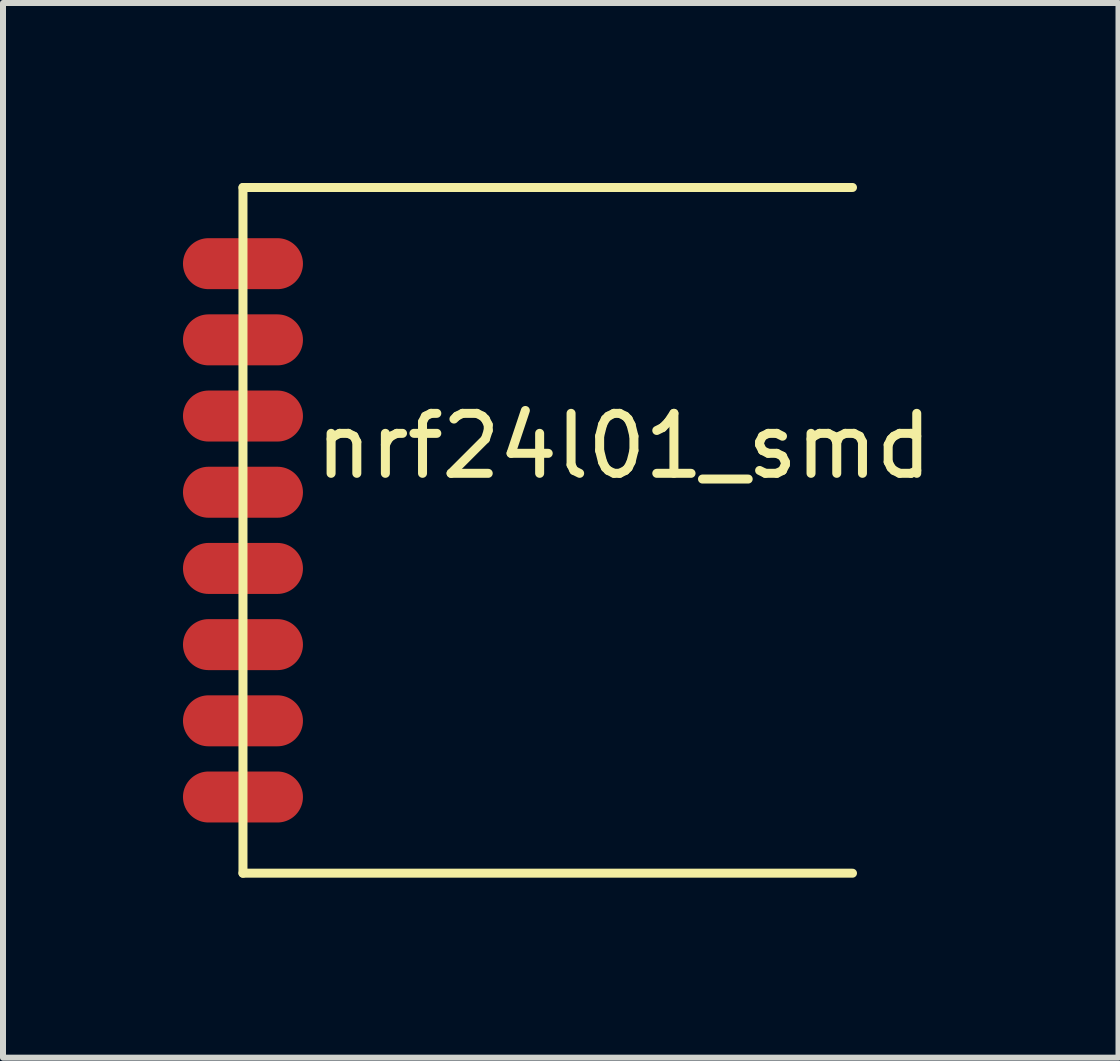
<source format=kicad_pcb>
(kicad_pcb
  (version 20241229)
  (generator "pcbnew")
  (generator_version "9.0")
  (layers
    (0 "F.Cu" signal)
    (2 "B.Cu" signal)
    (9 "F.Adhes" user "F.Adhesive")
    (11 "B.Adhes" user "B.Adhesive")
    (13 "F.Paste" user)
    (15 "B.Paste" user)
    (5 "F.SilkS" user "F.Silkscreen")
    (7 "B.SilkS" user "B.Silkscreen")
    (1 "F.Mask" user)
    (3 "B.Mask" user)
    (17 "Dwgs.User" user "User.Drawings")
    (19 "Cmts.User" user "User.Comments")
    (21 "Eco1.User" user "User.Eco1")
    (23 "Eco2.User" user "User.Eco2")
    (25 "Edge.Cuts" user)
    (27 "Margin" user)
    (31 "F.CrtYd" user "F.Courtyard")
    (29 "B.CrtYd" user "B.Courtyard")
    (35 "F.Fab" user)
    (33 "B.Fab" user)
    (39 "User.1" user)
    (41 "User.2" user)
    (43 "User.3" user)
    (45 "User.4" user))
  (footprint "nrf24l01_smd"
    (layer "F.Cu")
    (at 7.35 3.885)
    (property "Reference" "nrf24l01_smd" (at 0 0.5 0) (layer "F.SilkS") (effects (font (size 1 1) (thickness 0.15))))
    (attr through_hole)
    (fp_line (start -6.35 -3.81) (end -6.35 7.62) (stroke (width 0.15) (type solid)) (layer "F.SilkS"))
    (fp_line (start -6.35 -3.81) (end 3.81 -3.81) (stroke (width 0.15) (type solid)) (layer "F.SilkS"))
    (fp_line (start -6.35 7.62) (end 3.81 7.62) (stroke (width 0.15) (type solid)) (layer "F.SilkS"))
    (pad "1" smd oval (at -6.35 -2.54) (size 2 0.85) (layers "F.Cu" "F.Mask" "F.Paste"))
    (pad "2" smd oval (at -6.35 -1.27) (size 2 0.85) (layers "F.Cu" "F.Mask" "F.Paste"))
    (pad "3" smd oval (at -6.35 0) (size 2 0.85) (layers "F.Cu" "F.Mask" "F.Paste"))
    (pad "4" smd oval (at -6.35 1.27) (size 2 0.85) (layers "F.Cu" "F.Mask" "F.Paste"))
    (pad "5" smd oval (at -6.35 2.54) (size 2 0.85) (layers "F.Cu" "F.Mask" "F.Paste"))
    (pad "6" smd oval (at -6.35 3.81) (size 2 0.85) (layers "F.Cu" "F.Mask" "F.Paste"))
    (pad "7" smd oval (at -6.35 5.08) (size 2 0.85) (layers "F.Cu" "F.Mask" "F.Paste"))
    (pad "8" smd oval (at -6.35 6.35) (size 2 0.85) (layers "F.Cu" "F.Mask" "F.Paste")))
  (gr_rect
    (start -3 -3)
    (end 15.594 14.58)
    (stroke (width 0.1) (type default))
    (fill no)
    (layer "Edge.Cuts")))
</source>
